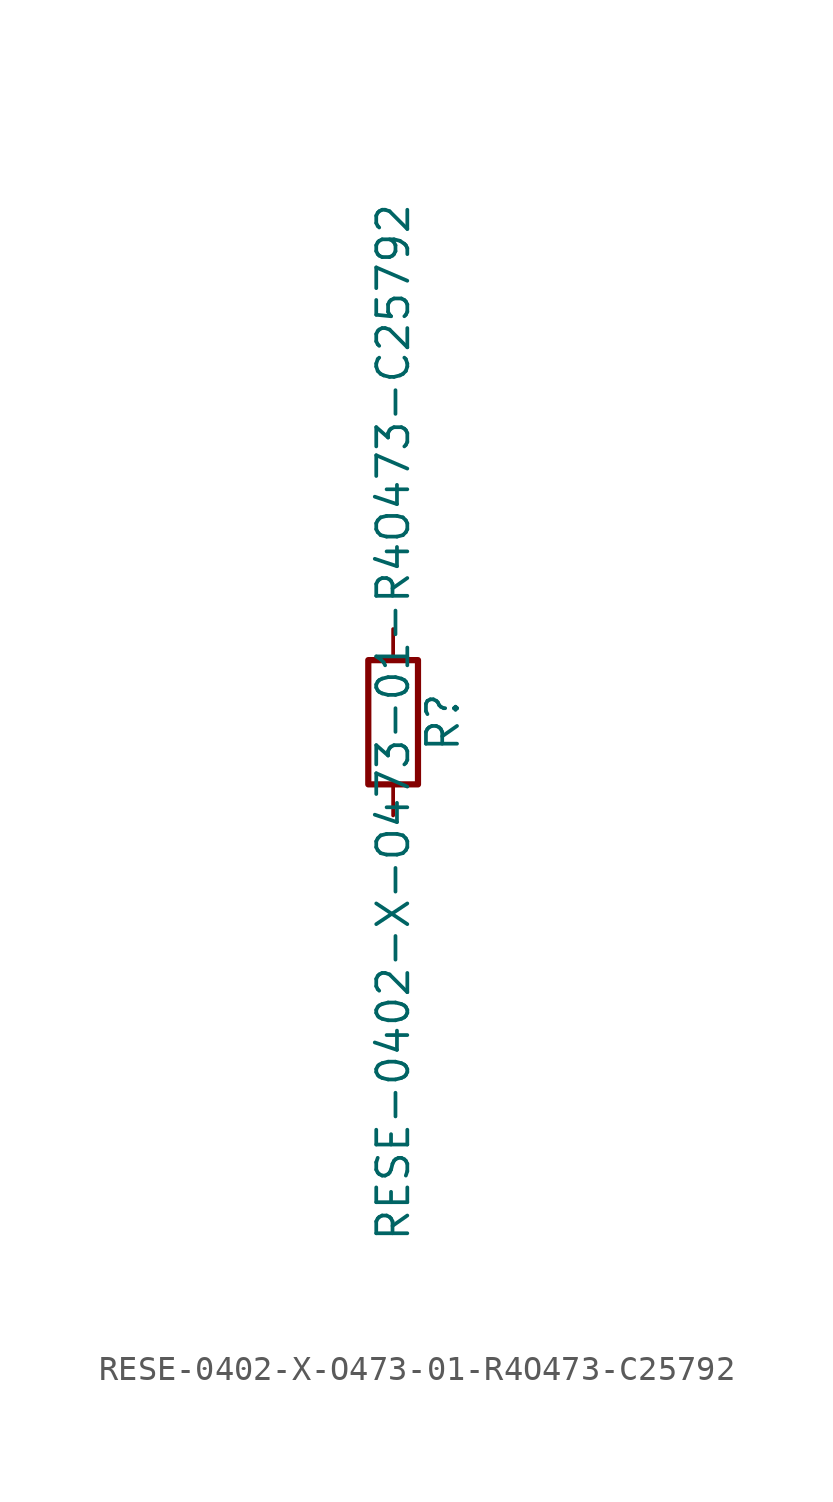
<source format=kicad_sym>
(kicad_symbol_lib
  (version 20211014)
  (generator kicad_symbol_editor)
  (symbol "RESE-0402-X-O473-01-R4O473-C25792"
    (pin_numbers hide)
    (pin_names
      (offset 0))
    (property "Reference" "R"
      (at 2.032 0 90)
      (effects (font (size 1.27 1.27))))
    (property "Value" "RESE-0402-X-O473-01-R4O473-C25792"
      (at 0 0 90)
      (effects (font (size 1.27 1.27))))
    (symbol "RESE-0402-X-O473-01-R4O473-C25792_0_1"
      (rectangle (start -1.016 -2.54) (end 1.016 2.54) (stroke (width 0.254) (type default) (color 0 0 0 0)) (fill (type none))))
    (symbol "RESE-0402-X-O473-01-R4O473-C25792_1_1"
      (pin passive line (at 0 3.81 270) (length 1.27) (name "~" (effects (font (size 1.27 1.27)))) (number "1" (effects (font (size 1.27 1.27)))))
      (pin passive line (at 0 -3.81 90) (length 1.27) (name "~" (effects (font (size 1.27 1.27)))) (number "2" (effects (font (size 1.27 1.27))))))))
</source>
